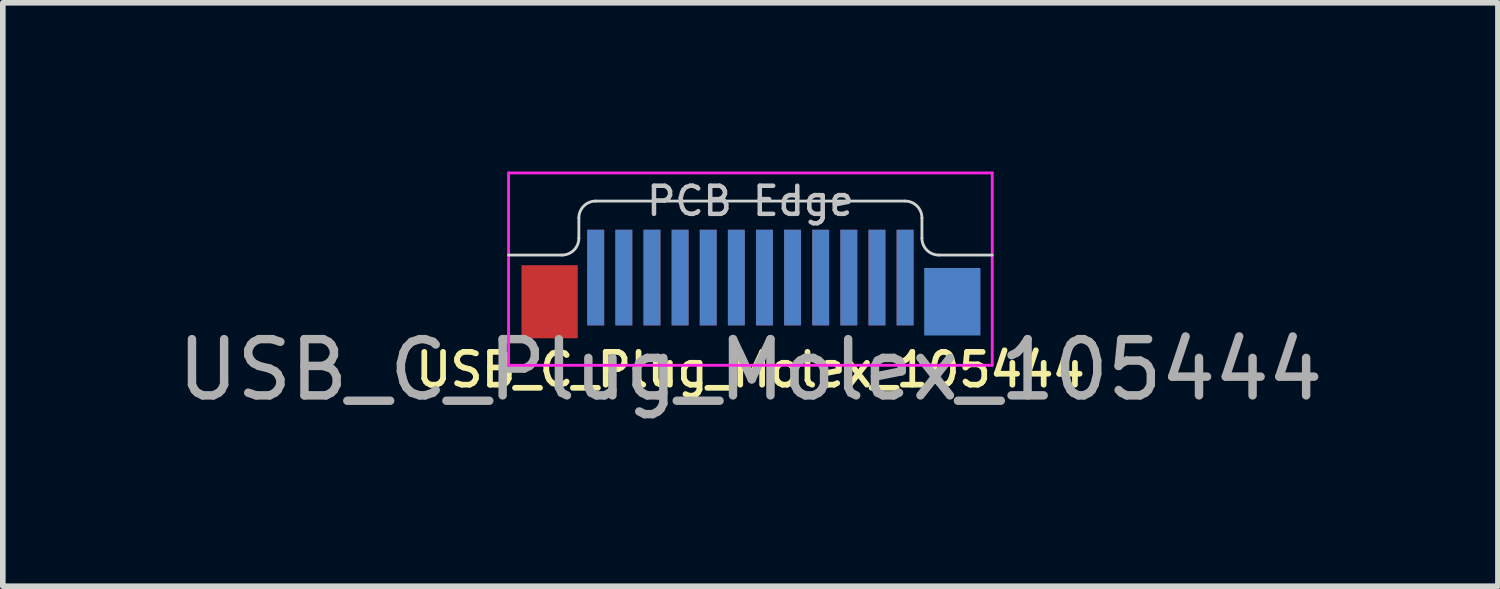
<source format=kicad_pcb>
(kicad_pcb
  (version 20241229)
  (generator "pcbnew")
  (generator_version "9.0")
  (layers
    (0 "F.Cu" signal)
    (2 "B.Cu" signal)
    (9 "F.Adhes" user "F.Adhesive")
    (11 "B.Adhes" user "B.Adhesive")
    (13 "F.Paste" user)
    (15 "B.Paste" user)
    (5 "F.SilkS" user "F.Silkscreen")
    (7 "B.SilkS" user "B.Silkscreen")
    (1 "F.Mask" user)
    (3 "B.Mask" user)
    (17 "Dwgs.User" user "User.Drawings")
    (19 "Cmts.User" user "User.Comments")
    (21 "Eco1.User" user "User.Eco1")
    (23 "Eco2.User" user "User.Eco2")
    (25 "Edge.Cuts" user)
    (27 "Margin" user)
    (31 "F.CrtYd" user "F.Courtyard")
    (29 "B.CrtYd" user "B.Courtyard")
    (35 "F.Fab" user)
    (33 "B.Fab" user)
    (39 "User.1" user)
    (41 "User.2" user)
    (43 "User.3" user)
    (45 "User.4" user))
  (footprint "USB_C_Plug_Molex_105444"
    (layer "F.Cu")
    (at 10.292 1.485)
    (property "Reference" "USB_C_Plug_Molex_105444" (at 0 2.04 0) (layer "F.SilkS") (effects (font (size 0.584 0.584) (thickness 0.102))))
    (attr smd)
    (fp_line (start -3.35 0) (end -4.3 0) (stroke (width 0.1) (type solid)) (layer "Eco1.User"))
    (fp_line (start -3.05 -0.66) (end -3.05 -0.3) (stroke (width 0.1) (type solid)) (layer "Eco1.User"))
    (fp_line (start -2.75 -0.96) (end 2.75 -0.96) (stroke (width 0.1) (type solid)) (layer "Eco1.User"))
    (fp_line (start 3.05 -0.66) (end 3.05 -0.3) (stroke (width 0.1) (type solid)) (layer "Eco1.User"))
    (fp_line (start 3.35 0) (end 4.3 0) (stroke (width 0.1) (type solid)) (layer "Eco1.User"))
    (fp_arc (start -3.05 -0.66) (mid -2.962132 -0.872132) (end -2.75 -0.96) (stroke (width 0.1) (type solid)) (layer "Eco1.User"))
    (fp_arc (start -3.05 -0.3) (mid -3.137868 -0.087868) (end -3.35 0) (stroke (width 0.1) (type solid)) (layer "Eco1.User"))
    (fp_arc (start 2.75 -0.96) (mid 2.962132 -0.872132) (end 3.05 -0.66) (stroke (width 0.1) (type solid)) (layer "Eco1.User"))
    (fp_arc (start 3.35 0) (mid 3.137868 -0.087868) (end 3.05 -0.3) (stroke (width 0.1) (type solid)) (layer "Eco1.User"))
    (fp_line (start -3.35 0) (end -4.3 0) (stroke (width 0.05) (type solid)) (layer "Edge.Cuts"))
    (fp_line (start -3.05 -0.66) (end -3.05 -0.3) (stroke (width 0.05) (type solid)) (layer "Edge.Cuts"))
    (fp_line (start -2.75 -0.96) (end 2.75 -0.96) (stroke (width 0.05) (type solid)) (layer "Edge.Cuts"))
    (fp_line (start 3.05 -0.66) (end 3.05 -0.3) (stroke (width 0.05) (type solid)) (layer "Edge.Cuts"))
    (fp_line (start 3.35 0) (end 4.3 0) (stroke (width 0.05) (type solid)) (layer "Edge.Cuts"))
    (fp_arc (start -3.05 -0.66) (mid -2.962132 -0.872132) (end -2.75 -0.96) (stroke (width 0.05) (type solid)) (layer "Edge.Cuts"))
    (fp_arc (start -3.05 -0.3) (mid -3.137868 -0.087868) (end -3.35 0) (stroke (width 0.05) (type solid)) (layer "Edge.Cuts"))
    (fp_arc (start 2.75 -0.96) (mid 2.962132 -0.872132) (end 3.05 -0.66) (stroke (width 0.05) (type solid)) (layer "Edge.Cuts"))
    (fp_arc (start 3.35 0) (mid 3.137868 -0.087868) (end 3.05 -0.3) (stroke (width 0.05) (type solid)) (layer "Edge.Cuts"))
    (fp_line (start -4.3 1.96) (end -4.3 -1.46) (stroke (width 0.05) (type solid)) (layer "F.CrtYd"))
    (fp_line (start 4.3 -1.46) (end -4.3 -1.46) (stroke (width 0.05) (type solid)) (layer "F.CrtYd"))
    (fp_line (start 4.3 1.96) (end -4.3 1.96) (stroke (width 0.05) (type solid)) (layer "F.CrtYd"))
    (fp_line (start 4.3 1.96) (end 4.3 -1.46) (stroke (width 0.05) (type solid)) (layer "F.CrtYd"))
    (fp_text user "PCB Edge" (at 0 -0.96 0) (layer "Dwgs.User") (effects (font (size 0.5 0.5) (thickness 0.08))))
    (fp_text user "${REFERENCE}" (at 0 2.04 0) (layer "F.Fab") (effects (font (size 1 1) (thickness 0.15))))
    (pad "A1" smd rect (at -2.75 0.4) (size 0.3 1.7) (layers "F.Cu" "F.Mask" "F.Paste"))
    (pad "A2" smd rect (at -2.25 0.4) (size 0.3 1.7) (layers "F.Cu" "F.Mask" "F.Paste"))
    (pad "A3" smd rect (at -1.75 0.4) (size 0.3 1.7) (layers "F.Cu" "F.Mask" "F.Paste"))
    (pad "A4" smd rect (at -1.25 0.4) (size 0.3 1.7) (layers "F.Cu" "F.Mask" "F.Paste"))
    (pad "A5" smd rect (at -0.75 0.4) (size 0.3 1.7) (layers "F.Cu" "F.Mask" "F.Paste"))
    (pad "A6" smd rect (at -0.25 0.4) (size 0.3 1.7) (layers "F.Cu" "F.Mask" "F.Paste"))
    (pad "A7" smd rect (at 0.25 0.4) (size 0.3 1.7) (layers "F.Cu" "F.Mask" "F.Paste"))
    (pad "A8" smd rect (at 0.75 0.4) (size 0.3 1.7) (layers "F.Cu" "F.Mask" "F.Paste"))
    (pad "A9" smd rect (at 1.25 0.4) (size 0.3 1.7) (layers "F.Cu" "F.Mask" "F.Paste"))
    (pad "A10" smd rect (at 1.75 0.4) (size 0.3 1.7) (layers "F.Cu" "F.Mask" "F.Paste"))
    (pad "A11" smd rect (at 2.25 0.4) (size 0.3 1.7) (layers "F.Cu" "F.Mask" "F.Paste"))
    (pad "A12" smd rect (at 2.75 0.4) (size 0.3 1.7) (layers "F.Cu" "F.Mask" "F.Paste"))
    (pad "B1" smd rect (at 2.75 0.4) (size 0.3 1.7) (layers "B.Cu" "B.Mask" "B.Paste"))
    (pad "B2" smd rect (at 2.25 0.4) (size 0.3 1.7) (layers "B.Cu" "B.Mask" "B.Paste"))
    (pad "B3" smd rect (at 1.75 0.4) (size 0.3 1.7) (layers "B.Cu" "B.Mask" "B.Paste"))
    (pad "B4" smd rect (at 1.25 0.4) (size 0.3 1.7) (layers "B.Cu" "B.Mask" "B.Paste"))
    (pad "B5" smd rect (at 0.75 0.4) (size 0.3 1.7) (layers "B.Cu" "B.Mask" "B.Paste"))
    (pad "B6" smd rect (at 0.25 0.4) (size 0.3 1.7) (layers "B.Cu" "B.Mask" "B.Paste"))
    (pad "B7" smd rect (at -0.25 0.4) (size 0.3 1.7) (layers "B.Cu" "B.Mask" "B.Paste"))
    (pad "B8" smd rect (at -0.75 0.4) (size 0.3 1.7) (layers "B.Cu" "B.Mask" "B.Paste"))
    (pad "B9" smd rect (at -1.25 0.4) (size 0.3 1.7) (layers "B.Cu" "B.Mask" "B.Paste"))
    (pad "B10" smd rect (at -1.75 0.4) (size 0.3 1.7) (layers "B.Cu" "B.Mask" "B.Paste"))
    (pad "B11" smd rect (at -2.25 0.4) (size 0.3 1.7) (layers "B.Cu" "B.Mask" "B.Paste"))
    (pad "B12" smd rect (at -2.75 0.4) (size 0.3 1.7) (layers "B.Cu" "B.Mask" "B.Paste"))
    (pad "S1" smd rect (at -3.57 0.83) (size 1 1.3) (layers "F.Cu" "F.Mask" "F.Paste"))
    (pad "S1" smd rect (at 3.59 0.83) (size 1 1.2) (layers "B.Cu" "B.Mask" "B.Paste")))
  (gr_rect
    (start -3 -3)
    (end 23.583 7.373)
    (stroke (width 0.1) (type default))
    (fill no)
    (layer "Edge.Cuts")))
</source>
